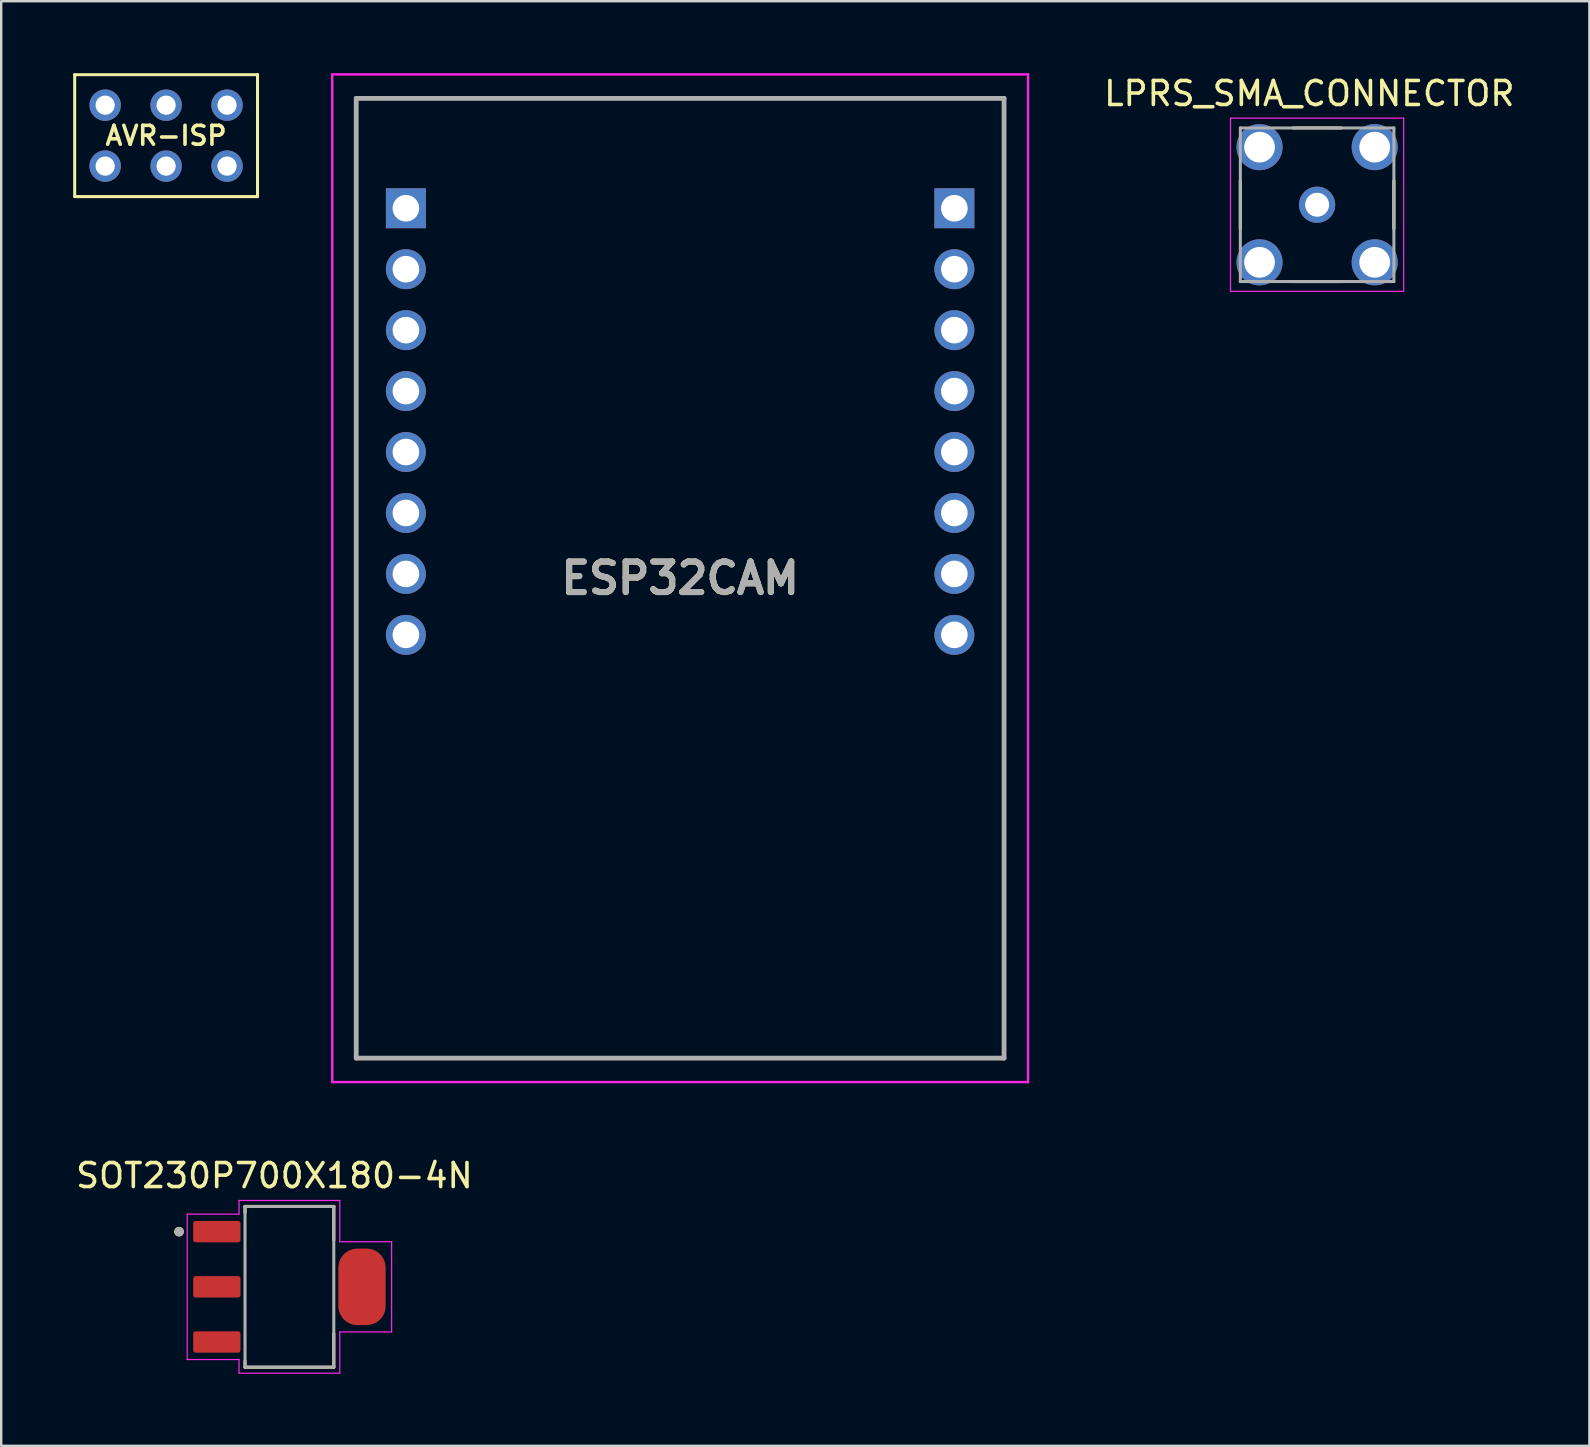
<source format=kicad_pcb>
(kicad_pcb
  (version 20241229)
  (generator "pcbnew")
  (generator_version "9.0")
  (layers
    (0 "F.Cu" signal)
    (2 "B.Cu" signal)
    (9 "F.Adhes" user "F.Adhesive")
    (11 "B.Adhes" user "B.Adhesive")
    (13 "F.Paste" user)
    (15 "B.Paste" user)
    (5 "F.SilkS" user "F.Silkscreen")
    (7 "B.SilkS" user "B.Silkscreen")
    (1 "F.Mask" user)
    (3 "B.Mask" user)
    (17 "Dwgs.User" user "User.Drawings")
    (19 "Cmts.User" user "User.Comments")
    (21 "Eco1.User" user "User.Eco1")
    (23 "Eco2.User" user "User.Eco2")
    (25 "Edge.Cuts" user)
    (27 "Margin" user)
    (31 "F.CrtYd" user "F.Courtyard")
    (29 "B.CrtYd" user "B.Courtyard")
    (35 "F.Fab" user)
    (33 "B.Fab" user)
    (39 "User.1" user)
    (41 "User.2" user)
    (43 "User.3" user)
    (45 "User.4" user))
  (footprint "LPRS_SMA_CONNECTOR"
    (layer "F.Cu")
    (at 51.845 5.483)
    (property "Reference" "LPRS_SMA_CONNECTOR" (at -0.325 -4.635 0) (layer "F.SilkS") (effects (font (size 1 1) (thickness 0.15))))
    (attr through_hole)
    (fp_line (start -3.2 1) (end -3.2 -1) (stroke (width 0.127) (type solid)) (layer "F.SilkS"))
    (fp_line (start -1 -3.2) (end 1 -3.2) (stroke (width 0.127) (type solid)) (layer "F.SilkS"))
    (fp_line (start 1 3.2) (end -1 3.2) (stroke (width 0.127) (type solid)) (layer "F.SilkS"))
    (fp_line (start 3.2 -1) (end 3.2 1) (stroke (width 0.127) (type solid)) (layer "F.SilkS"))
    (fp_line (start -3.61 -3.61) (end 3.61 -3.61) (stroke (width 0.05) (type solid)) (layer "F.CrtYd"))
    (fp_line (start -3.61 3.61) (end -3.61 -3.61) (stroke (width 0.05) (type solid)) (layer "F.CrtYd"))
    (fp_line (start 3.61 -3.61) (end 3.61 3.61) (stroke (width 0.05) (type solid)) (layer "F.CrtYd"))
    (fp_line (start 3.61 3.61) (end -3.61 3.61) (stroke (width 0.05) (type solid)) (layer "F.CrtYd"))
    (fp_line (start -3.2 -3.2) (end 3.2 -3.2) (stroke (width 0.127) (type solid)) (layer "F.Fab"))
    (fp_line (start -3.2 3.2) (end -3.2 -3.2) (stroke (width 0.127) (type solid)) (layer "F.Fab"))
    (fp_line (start 3.2 -3.2) (end 3.2 3.2) (stroke (width 0.127) (type solid)) (layer "F.Fab"))
    (fp_line (start 3.2 3.2) (end -3.2 3.2) (stroke (width 0.127) (type solid)) (layer "F.Fab"))
    (pad "1" thru_hole circle (at 0 0) (size 1.508 1.508) (drill 1) (layers "*.Cu" "*.Mask"))
    (pad "G1" thru_hole circle (at -2.4 -2.4) (size 1.92 1.92) (drill 1.28) (layers "*.Cu" "*.Mask"))
    (pad "G2" thru_hole circle (at -2.4 2.4) (size 1.92 1.92) (drill 1.28) (layers "*.Cu" "*.Mask"))
    (pad "G3" thru_hole circle (at 2.4 2.4) (size 1.92 1.92) (drill 1.28) (layers "*.Cu" "*.Mask"))
    (pad "G4" thru_hole circle (at 2.4 -2.4) (size 1.92 1.92) (drill 1.28) (layers "*.Cu" "*.Mask")))
  (footprint "SOT230P700X180-4N"
    (layer "F.Cu")
    (at 9.012 50.583)
    (property "Reference" "SOT230P700X180-4N" (at -0.625 -4.635 0) (layer "F.SilkS") (effects (font (size 1 1) (thickness 0.15))))
    (attr smd)
    (fp_line (start -1.85 -3.35) (end -1.85 -3.1) (stroke (width 0.127) (type solid)) (layer "F.SilkS"))
    (fp_line (start -1.85 3.35) (end -1.85 3.1) (stroke (width 0.127) (type solid)) (layer "F.SilkS"))
    (fp_line (start 1.85 -3.35) (end -1.85 -3.35) (stroke (width 0.127) (type solid)) (layer "F.SilkS"))
    (fp_line (start 1.85 -1.95) (end 1.85 -3.35) (stroke (width 0.127) (type solid)) (layer "F.SilkS"))
    (fp_line (start 1.85 1.95) (end 1.85 3.35) (stroke (width 0.127) (type solid)) (layer "F.SilkS"))
    (fp_line (start 1.85 3.35) (end -1.85 3.35) (stroke (width 0.127) (type solid)) (layer "F.SilkS"))
    (fp_circle (center -4.6 -2.3) (end -4.5 -2.3) (stroke (width 0.2) (type solid)) (fill no) (layer "F.SilkS"))
    (fp_line (start -4.26 -3.03) (end -4.26 3.03) (stroke (width 0.05) (type solid)) (layer "F.CrtYd"))
    (fp_line (start -4.26 3.03) (end -2.1 3.03) (stroke (width 0.05) (type solid)) (layer "F.CrtYd"))
    (fp_line (start -2.1 -3.6) (end -2.1 -3.03) (stroke (width 0.05) (type solid)) (layer "F.CrtYd"))
    (fp_line (start -2.1 -3.6) (end 2.1 -3.6) (stroke (width 0.05) (type solid)) (layer "F.CrtYd"))
    (fp_line (start -2.1 -3.03) (end -4.26 -3.03) (stroke (width 0.05) (type solid)) (layer "F.CrtYd"))
    (fp_line (start -2.1 3.03) (end -2.1 3.6) (stroke (width 0.05) (type solid)) (layer "F.CrtYd"))
    (fp_line (start 2.1 -3.6) (end 2.1 -1.88) (stroke (width 0.05) (type solid)) (layer "F.CrtYd"))
    (fp_line (start 2.1 -1.88) (end 4.26 -1.88) (stroke (width 0.05) (type solid)) (layer "F.CrtYd"))
    (fp_line (start 2.1 1.88) (end 2.1 3.6) (stroke (width 0.05) (type solid)) (layer "F.CrtYd"))
    (fp_line (start 2.1 3.6) (end -2.1 3.6) (stroke (width 0.05) (type solid)) (layer "F.CrtYd"))
    (fp_line (start 4.26 -1.88) (end 4.26 1.88) (stroke (width 0.05) (type solid)) (layer "F.CrtYd"))
    (fp_line (start 4.26 1.88) (end 2.1 1.88) (stroke (width 0.05) (type solid)) (layer "F.CrtYd"))
    (fp_line (start -1.85 -3.35) (end 1.85 -3.35) (stroke (width 0.127) (type solid)) (layer "F.Fab"))
    (fp_line (start -1.85 3.35) (end -1.85 -3.35) (stroke (width 0.127) (type solid)) (layer "F.Fab"))
    (fp_line (start 1.85 -3.35) (end 1.85 3.35) (stroke (width 0.127) (type solid)) (layer "F.Fab"))
    (fp_line (start 1.85 3.35) (end -1.85 3.35) (stroke (width 0.127) (type solid)) (layer "F.Fab"))
    (fp_circle (center -4.6 -2.3) (end -4.5 -2.3) (stroke (width 0.2) (type solid)) (fill no) (layer "F.Fab"))
    (pad "1" smd roundrect (at -3.025 -2.3) (size 1.97 0.89) (layers "F.Cu" "F.Mask" "F.Paste") (roundrect_rratio 0.11))
    (pad "2" smd roundrect (at -3.025 0) (size 1.97 0.89) (layers "F.Cu" "F.Mask" "F.Paste") (roundrect_rratio 0.11))
    (pad "3" smd roundrect (at -3.025 2.3) (size 1.97 0.89) (layers "F.Cu" "F.Mask" "F.Paste") (roundrect_rratio 0.11))
    (pad "4" smd roundrect (at 3.025 0) (size 1.97 3.19) (layers "F.Cu" "F.Mask" "F.Paste") (roundrect_rratio 0.4)))
  (footprint "ESP32CAM"
    (layer "F.Cu")
    (at 13.867 23.41)
    (property "Reference" "ESP32CAM" (at 11.43 -2.36 0) (layer "F.SilkS") (effects (font (size 1.27 1.27) (thickness 0.254))))
    (attr through_hole)
    (fp_line (start -2.07 -22.36) (end -2.07 17.64) (stroke (width 0.1) (type solid)) (layer "F.SilkS"))
    (fp_line (start -2.07 17.64) (end 24.93 17.64) (stroke (width 0.1) (type solid)) (layer "F.SilkS"))
    (fp_line (start 24.93 -22.36) (end -2.07 -22.36) (stroke (width 0.1) (type solid)) (layer "F.SilkS"))
    (fp_line (start 24.93 17.64) (end 24.93 -22.36) (stroke (width 0.1) (type solid)) (layer "F.SilkS"))
    (fp_line (start -3.07 -23.36) (end -3.07 18.64) (stroke (width 0.1) (type solid)) (layer "F.CrtYd"))
    (fp_line (start -3.07 18.64) (end 25.93 18.64) (stroke (width 0.1) (type solid)) (layer "F.CrtYd"))
    (fp_line (start 25.93 -23.36) (end -3.07 -23.36) (stroke (width 0.1) (type solid)) (layer "F.CrtYd"))
    (fp_line (start 25.93 18.64) (end 25.93 -23.36) (stroke (width 0.1) (type solid)) (layer "F.CrtYd"))
    (fp_line (start -2.07 -22.36) (end -2.07 17.64) (stroke (width 0.2) (type solid)) (layer "F.Fab"))
    (fp_line (start -2.07 17.64) (end 24.93 17.64) (stroke (width 0.2) (type solid)) (layer "F.Fab"))
    (fp_line (start 24.93 -22.36) (end -2.07 -22.36) (stroke (width 0.2) (type solid)) (layer "F.Fab"))
    (fp_line (start 24.93 17.64) (end 24.93 -22.36) (stroke (width 0.2) (type solid)) (layer "F.Fab"))
    (fp_text user "${REFERENCE}" (at 11.43 -2.36 0) (layer "F.Fab") (effects (font (size 1.27 1.27) (thickness 0.254))))
    (pad "1" thru_hole circle (at 0 0) (size 1.665 1.665) (drill 1.11) (layers "*.Cu" "*.Mask"))
    (pad "2" thru_hole circle (at 0 -2.54) (size 1.665 1.665) (drill 1.11) (layers "*.Cu" "*.Mask"))
    (pad "3" thru_hole circle (at 0 -5.08) (size 1.665 1.665) (drill 1.11) (layers "*.Cu" "*.Mask"))
    (pad "4" thru_hole circle (at 0 -7.62) (size 1.665 1.665) (drill 1.11) (layers "*.Cu" "*.Mask"))
    (pad "5" thru_hole circle (at 0 -10.16) (size 1.665 1.665) (drill 1.11) (layers "*.Cu" "*.Mask"))
    (pad "6" thru_hole circle (at 0 -12.7) (size 1.665 1.665) (drill 1.11) (layers "*.Cu" "*.Mask"))
    (pad "7" thru_hole circle (at 0 -15.24) (size 1.665 1.665) (drill 1.11) (layers "*.Cu" "*.Mask"))
    (pad "8" thru_hole rect (at 0 -17.78) (size 1.665 1.665) (drill 1.11) (layers "*.Cu" "*.Mask"))
    (pad "9" thru_hole rect (at 22.86 -17.78) (size 1.665 1.665) (drill 1.11) (layers "*.Cu" "*.Mask"))
    (pad "10" thru_hole circle (at 22.86 -15.24) (size 1.665 1.665) (drill 1.11) (layers "*.Cu" "*.Mask"))
    (pad "11" thru_hole circle (at 22.86 -12.7) (size 1.665 1.665) (drill 1.11) (layers "*.Cu" "*.Mask"))
    (pad "12" thru_hole circle (at 22.86 -10.16) (size 1.665 1.665) (drill 1.11) (layers "*.Cu" "*.Mask"))
    (pad "13" thru_hole circle (at 22.86 -7.62) (size 1.665 1.665) (drill 1.11) (layers "*.Cu" "*.Mask"))
    (pad "14" thru_hole circle (at 22.86 -5.08) (size 1.665 1.665) (drill 1.11) (layers "*.Cu" "*.Mask"))
    (pad "15" thru_hole circle (at 22.86 -2.54) (size 1.665 1.665) (drill 1.11) (layers "*.Cu" "*.Mask"))
    (pad "16" thru_hole circle (at 22.86 0) (size 1.665 1.665) (drill 1.11) (layers "*.Cu" "*.Mask")))
  (footprint "AVR-ISP"
    (layer "F.Cu")
    (at 3.873 2.603)
    (property "Reference" "AVR-ISP" (at 0 0 0) (layer "F.SilkS") (effects (font (size 0.787 0.787) (thickness 0.15))))
    (attr through_hole)
    (fp_line (start -3.81 -2.54) (end 3.81 -2.54) (stroke (width 0.127) (type solid)) (layer "F.SilkS"))
    (fp_line (start -3.81 2.54) (end -3.81 -2.54) (stroke (width 0.127) (type solid)) (layer "F.SilkS"))
    (fp_line (start 3.81 -2.54) (end 3.81 2.54) (stroke (width 0.127) (type solid)) (layer "F.SilkS"))
    (fp_line (start 3.81 2.54) (end -3.81 2.54) (stroke (width 0.127) (type solid)) (layer "F.SilkS"))
    (pad "GND" thru_hole circle (at 2.54 -1.27) (size 1.308 1.308) (drill 0.8) (layers "*.Cu" "*.Mask"))
    (pad "MISO" thru_hole circle (at -2.54 1.27) (size 1.308 1.308) (drill 0.8) (layers "*.Cu" "*.Mask"))
    (pad "MOSI" thru_hole circle (at 0 -1.27) (size 1.308 1.308) (drill 0.8) (layers "*.Cu" "*.Mask"))
    (pad "RST" thru_hole circle (at 2.54 1.27) (size 1.308 1.308) (drill 0.8) (layers "*.Cu" "*.Mask"))
    (pad "SCK" thru_hole circle (at 0 1.27) (size 1.308 1.308) (drill 0.8) (layers "*.Cu" "*.Mask"))
    (pad "VCC" thru_hole circle (at -2.54 -1.27) (size 1.308 1.308) (drill 0.8) (layers "*.Cu" "*.Mask")))
  (gr_rect
    (start -3 -3)
    (end 63.192 57.208)
    (stroke (width 0.1) (type default))
    (fill no)
    (layer "Edge.Cuts")))
</source>
